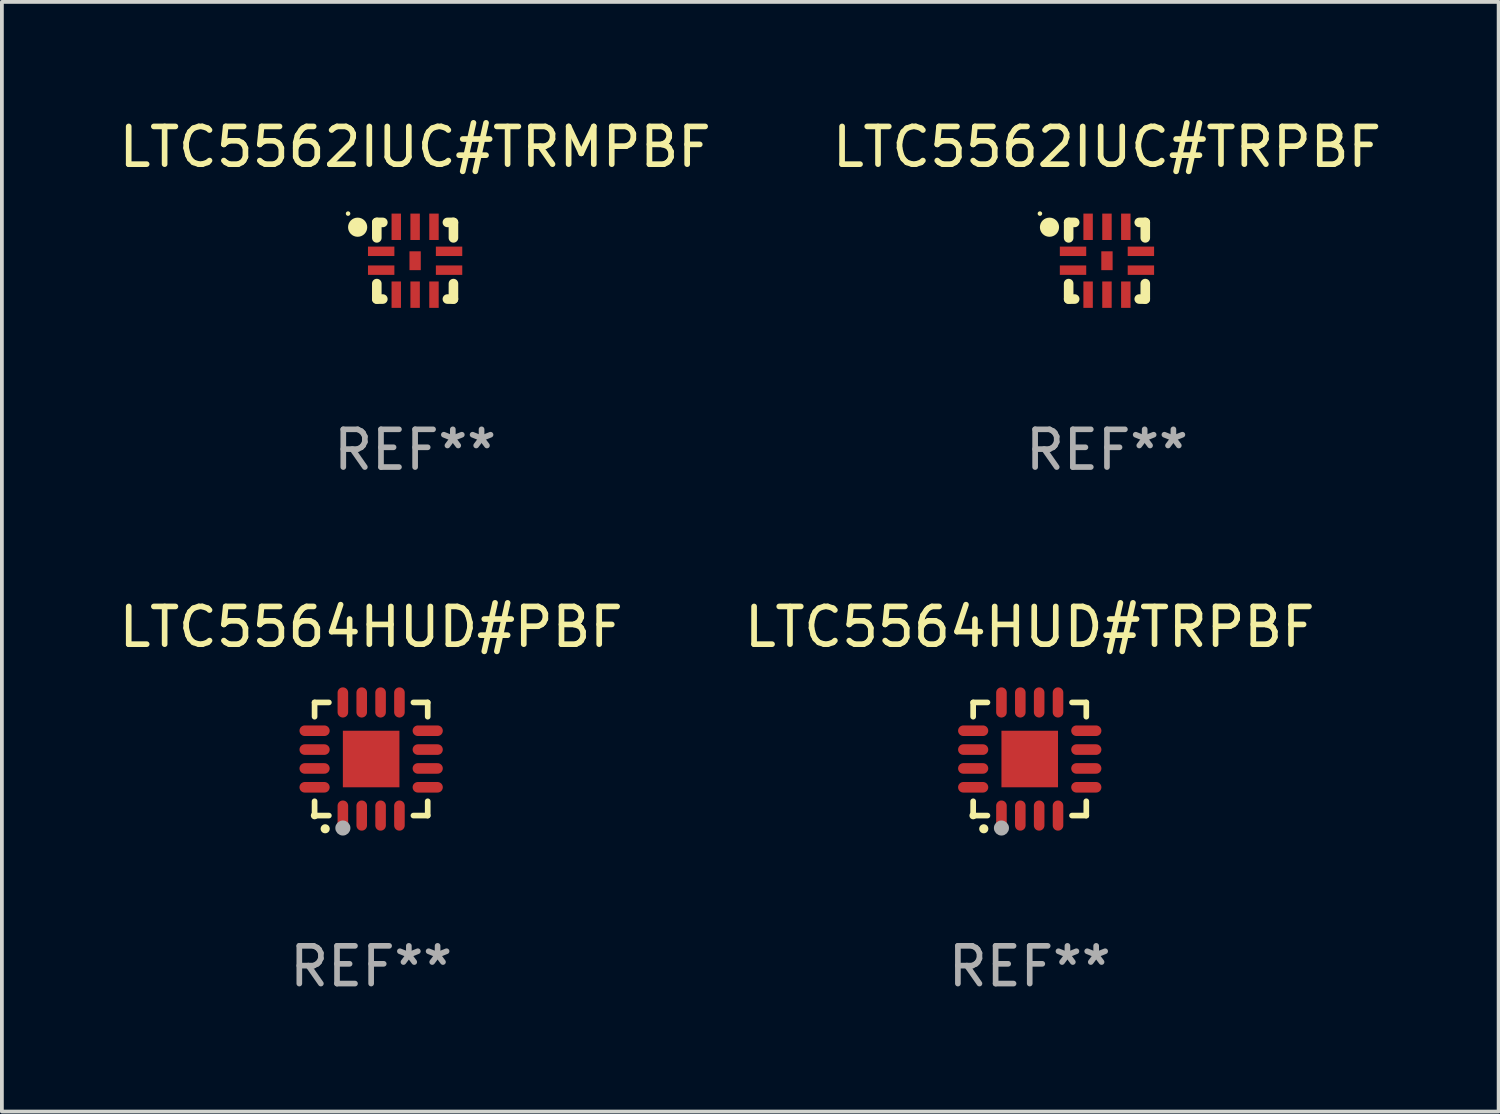
<source format=kicad_pcb>
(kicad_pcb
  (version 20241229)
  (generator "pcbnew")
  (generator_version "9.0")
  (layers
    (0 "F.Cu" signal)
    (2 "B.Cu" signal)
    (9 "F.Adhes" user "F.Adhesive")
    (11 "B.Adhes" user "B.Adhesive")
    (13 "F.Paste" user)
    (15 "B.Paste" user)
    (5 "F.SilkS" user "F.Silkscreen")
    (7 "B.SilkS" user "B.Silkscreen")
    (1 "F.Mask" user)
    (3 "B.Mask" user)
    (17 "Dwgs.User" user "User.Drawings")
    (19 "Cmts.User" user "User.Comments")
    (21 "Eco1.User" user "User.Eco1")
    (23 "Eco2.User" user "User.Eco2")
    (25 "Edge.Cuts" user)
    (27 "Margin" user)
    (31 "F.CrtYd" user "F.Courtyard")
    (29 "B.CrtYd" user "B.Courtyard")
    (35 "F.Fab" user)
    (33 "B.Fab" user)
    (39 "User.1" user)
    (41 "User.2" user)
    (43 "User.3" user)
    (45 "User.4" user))
  (footprint "LTC5562IUC#TRPBF"
    (layer "F.Cu")
    (at 26.304 3.864)
    (property "Reference" "LTC5562IUC#TRPBF" (at 0 -3.016 0) (layer "F.SilkS") (effects (font (size 1 1) (thickness 0.15))))
    (attr through_hole)
    (fp_line (start -1.016 -1.016) (end -1.016 -0.606) (stroke (width 0.254) (type solid)) (layer "F.SilkS"))
    (fp_line (start -1.016 0.606) (end -1.016 1.016) (stroke (width 0.254) (type solid)) (layer "F.SilkS"))
    (fp_line (start -1.016 1.016) (end -0.856 1.016) (stroke (width 0.254) (type solid)) (layer "F.SilkS"))
    (fp_line (start -0.856 -1.016) (end -1.016 -1.016) (stroke (width 0.254) (type solid)) (layer "F.SilkS"))
    (fp_line (start 0.856 1.016) (end 1.016 1.016) (stroke (width 0.254) (type solid)) (layer "F.SilkS"))
    (fp_line (start 1.016 -1.016) (end 0.856 -1.016) (stroke (width 0.254) (type solid)) (layer "F.SilkS"))
    (fp_line (start 1.016 -0.606) (end 1.016 -1.016) (stroke (width 0.254) (type solid)) (layer "F.SilkS"))
    (fp_line (start 1.016 1.016) (end 1.016 0.606) (stroke (width 0.254) (type solid)) (layer "F.SilkS"))
    (fp_circle (center -1.778 -1.25) (end -1.748 -1.25) (stroke (width 0.06) (type solid)) (fill no) (layer "F.SilkS"))
    (fp_circle (center -1.524 -0.889) (end -1.397 -0.889) (stroke (width 0.254) (type solid)) (fill no) (layer "F.SilkS"))
    (fp_text user "REF**" (at 0 5.016 0) (layer "F.Fab") (effects (font (size 1 1) (thickness 0.15))))
    (pad "1" smd rect (at -0.9 -0.25 90) (size 0.25 0.7) (layers "F.Cu" "F.Mask" "F.Paste"))
    (pad "2" smd rect (at -0.9 0.25 90) (size 0.25 0.7) (layers "F.Cu" "F.Mask" "F.Paste"))
    (pad "3" smd rect (at -0.5 0.9 180) (size 0.25 0.7) (layers "F.Cu" "F.Mask" "F.Paste"))
    (pad "4" smd rect (at 0 0.9 180) (size 0.25 0.7) (layers "F.Cu" "F.Mask" "F.Paste"))
    (pad "5" smd rect (at 0.5 0.9 180) (size 0.25 0.7) (layers "F.Cu" "F.Mask" "F.Paste"))
    (pad "6" smd rect (at 0.9 0.25 270) (size 0.25 0.7) (layers "F.Cu" "F.Mask" "F.Paste"))
    (pad "7" smd rect (at 0.9 -0.25 270) (size 0.25 0.7) (layers "F.Cu" "F.Mask" "F.Paste"))
    (pad "8" smd rect (at 0.5 -0.9) (size 0.25 0.7) (layers "F.Cu" "F.Mask" "F.Paste"))
    (pad "9" smd rect (at 0 -0.9) (size 0.25 0.7) (layers "F.Cu" "F.Mask" "F.Paste"))
    (pad "10" smd rect (at -0.5 -0.9) (size 0.25 0.7) (layers "F.Cu" "F.Mask" "F.Paste"))
    (pad "11" smd rect (at 0 0) (size 0.3 0.5) (layers "F.Cu" "F.Mask" "F.Paste")))
  (footprint "LTC5562IUC#TRMPBF"
    (layer "F.Cu")
    (at 7.958 3.864)
    (property "Reference" "LTC5562IUC#TRMPBF" (at 0 -3.016 0) (layer "F.SilkS") (effects (font (size 1 1) (thickness 0.15))))
    (attr through_hole)
    (fp_line (start -1.016 -1.016) (end -1.016 -0.606) (stroke (width 0.254) (type solid)) (layer "F.SilkS"))
    (fp_line (start -1.016 0.606) (end -1.016 1.016) (stroke (width 0.254) (type solid)) (layer "F.SilkS"))
    (fp_line (start -1.016 1.016) (end -0.856 1.016) (stroke (width 0.254) (type solid)) (layer "F.SilkS"))
    (fp_line (start -0.856 -1.016) (end -1.016 -1.016) (stroke (width 0.254) (type solid)) (layer "F.SilkS"))
    (fp_line (start 0.856 1.016) (end 1.016 1.016) (stroke (width 0.254) (type solid)) (layer "F.SilkS"))
    (fp_line (start 1.016 -1.016) (end 0.856 -1.016) (stroke (width 0.254) (type solid)) (layer "F.SilkS"))
    (fp_line (start 1.016 -0.606) (end 1.016 -1.016) (stroke (width 0.254) (type solid)) (layer "F.SilkS"))
    (fp_line (start 1.016 1.016) (end 1.016 0.606) (stroke (width 0.254) (type solid)) (layer "F.SilkS"))
    (fp_circle (center -1.778 -1.25) (end -1.748 -1.25) (stroke (width 0.06) (type solid)) (fill no) (layer "F.SilkS"))
    (fp_circle (center -1.524 -0.889) (end -1.397 -0.889) (stroke (width 0.254) (type solid)) (fill no) (layer "F.SilkS"))
    (fp_text user "REF**" (at 0 5.016 0) (layer "F.Fab") (effects (font (size 1 1) (thickness 0.15))))
    (pad "1" smd rect (at -0.9 -0.25 90) (size 0.25 0.7) (layers "F.Cu" "F.Mask" "F.Paste"))
    (pad "2" smd rect (at -0.9 0.25 90) (size 0.25 0.7) (layers "F.Cu" "F.Mask" "F.Paste"))
    (pad "3" smd rect (at -0.5 0.9 180) (size 0.25 0.7) (layers "F.Cu" "F.Mask" "F.Paste"))
    (pad "4" smd rect (at 0 0.9 180) (size 0.25 0.7) (layers "F.Cu" "F.Mask" "F.Paste"))
    (pad "5" smd rect (at 0.5 0.9 180) (size 0.25 0.7) (layers "F.Cu" "F.Mask" "F.Paste"))
    (pad "6" smd rect (at 0.9 0.25 270) (size 0.25 0.7) (layers "F.Cu" "F.Mask" "F.Paste"))
    (pad "7" smd rect (at 0.9 -0.25 270) (size 0.25 0.7) (layers "F.Cu" "F.Mask" "F.Paste"))
    (pad "8" smd rect (at 0.5 -0.9) (size 0.25 0.7) (layers "F.Cu" "F.Mask" "F.Paste"))
    (pad "9" smd rect (at 0 -0.9) (size 0.25 0.7) (layers "F.Cu" "F.Mask" "F.Paste"))
    (pad "10" smd rect (at -0.5 -0.9) (size 0.25 0.7) (layers "F.Cu" "F.Mask" "F.Paste"))
    (pad "11" smd rect (at 0 0) (size 0.3 0.5) (layers "F.Cu" "F.Mask" "F.Paste")))
  (footprint "LTC5564HUD#PBF"
    (layer "F.Cu")
    (at 6.792 17.077)
    (property "Reference" "LTC5564HUD#PBF" (at 0 -3.5 0) (layer "F.SilkS") (effects (font (size 1 1) (thickness 0.15))))
    (attr through_hole)
    (fp_line (start -1.5 -1.5) (end -1.121 -1.5) (stroke (width 0.15) (type solid)) (layer "F.SilkS"))
    (fp_line (start -1.5 -1.122) (end -1.5 -1.5) (stroke (width 0.15) (type solid)) (layer "F.SilkS"))
    (fp_line (start -1.5 1.5) (end -1.5 1.121) (stroke (width 0.15) (type solid)) (layer "F.SilkS"))
    (fp_line (start -1.121 1.5) (end -1.5 1.5) (stroke (width 0.15) (type solid)) (layer "F.SilkS"))
    (fp_line (start 1.121 -1.5) (end 1.5 -1.5) (stroke (width 0.15) (type solid)) (layer "F.SilkS"))
    (fp_line (start 1.5 -1.5) (end 1.5 -1.122) (stroke (width 0.15) (type solid)) (layer "F.SilkS"))
    (fp_line (start 1.5 1.121) (end 1.5 1.5) (stroke (width 0.15) (type solid)) (layer "F.SilkS"))
    (fp_line (start 1.5 1.5) (end 1.121 1.5) (stroke (width 0.15) (type solid)) (layer "F.SilkS"))
    (fp_arc (start -1.219926 1.850254) (mid -1.21891 1.85025) (end -1.217894 1.850254) (stroke (width 0.240005) (type solid)) (layer "F.SilkS"))
    (fp_circle (center -1.5 1.5) (end -1.45 1.5) (stroke (width 0.1) (type solid)) (fill no) (layer "F.SilkS"))
    (fp_circle (center -0.75 1.83) (end -0.65 1.83) (stroke (width 0.2) (type solid)) (fill no) (layer "F.Fab"))
    (fp_text user "REF**" (at 0 5.5 0) (layer "F.Fab") (effects (font (size 1 1) (thickness 0.15))))
    (pad "1" smd oval (at -0.75 1.5) (size 0.28 0.8) (layers "F.Cu" "F.Mask" "F.Paste"))
    (pad "2" smd oval (at -0.25 1.5) (size 0.28 0.8) (layers "F.Cu" "F.Mask" "F.Paste"))
    (pad "3" smd oval (at 0.25 1.5) (size 0.28 0.8) (layers "F.Cu" "F.Mask" "F.Paste"))
    (pad "4" smd oval (at 0.75 1.5) (size 0.28 0.8) (layers "F.Cu" "F.Mask" "F.Paste"))
    (pad "5" smd oval (at 1.5 0.75) (size 0.8 0.28) (layers "F.Cu" "F.Mask" "F.Paste"))
    (pad "6" smd oval (at 1.5 0.25) (size 0.8 0.28) (layers "F.Cu" "F.Mask" "F.Paste"))
    (pad "7" smd oval (at 1.5 -0.25) (size 0.8 0.28) (layers "F.Cu" "F.Mask" "F.Paste"))
    (pad "8" smd oval (at 1.5 -0.75) (size 0.8 0.28) (layers "F.Cu" "F.Mask" "F.Paste"))
    (pad "9" smd oval (at 0.75 -1.5) (size 0.28 0.8) (layers "F.Cu" "F.Mask" "F.Paste"))
    (pad "10" smd oval (at 0.25 -1.5) (size 0.28 0.8) (layers "F.Cu" "F.Mask" "F.Paste"))
    (pad "11" smd oval (at -0.25 -1.5) (size 0.28 0.8) (layers "F.Cu" "F.Mask" "F.Paste"))
    (pad "12" smd oval (at -0.75 -1.5) (size 0.28 0.8) (layers "F.Cu" "F.Mask" "F.Paste"))
    (pad "13" smd oval (at -1.5 -0.75) (size 0.8 0.28) (layers "F.Cu" "F.Mask" "F.Paste"))
    (pad "14" smd oval (at -1.5 -0.25) (size 0.8 0.28) (layers "F.Cu" "F.Mask" "F.Paste"))
    (pad "15" smd oval (at -1.5 0.25) (size 0.8 0.28) (layers "F.Cu" "F.Mask" "F.Paste"))
    (pad "16" smd oval (at -1.5 0.75) (size 0.8 0.28) (layers "F.Cu" "F.Mask" "F.Paste"))
    (pad "17" smd rect (at -0.000064 0.000165) (size 1.5 1.5) (layers "F.Cu" "F.Mask" "F.Paste")))
  (footprint "LTC5564HUD#TRPBF"
    (layer "F.Cu")
    (at 24.256 17.077)
    (property "Reference" "LTC5564HUD#TRPBF" (at 0 -3.5 0) (layer "F.SilkS") (effects (font (size 1 1) (thickness 0.15))))
    (attr through_hole)
    (fp_line (start -1.5 -1.5) (end -1.121 -1.5) (stroke (width 0.15) (type solid)) (layer "F.SilkS"))
    (fp_line (start -1.5 -1.122) (end -1.5 -1.5) (stroke (width 0.15) (type solid)) (layer "F.SilkS"))
    (fp_line (start -1.5 1.5) (end -1.5 1.121) (stroke (width 0.15) (type solid)) (layer "F.SilkS"))
    (fp_line (start -1.121 1.5) (end -1.5 1.5) (stroke (width 0.15) (type solid)) (layer "F.SilkS"))
    (fp_line (start 1.121 -1.5) (end 1.5 -1.5) (stroke (width 0.15) (type solid)) (layer "F.SilkS"))
    (fp_line (start 1.5 -1.5) (end 1.5 -1.122) (stroke (width 0.15) (type solid)) (layer "F.SilkS"))
    (fp_line (start 1.5 1.121) (end 1.5 1.5) (stroke (width 0.15) (type solid)) (layer "F.SilkS"))
    (fp_line (start 1.5 1.5) (end 1.121 1.5) (stroke (width 0.15) (type solid)) (layer "F.SilkS"))
    (fp_arc (start -1.219926 1.850254) (mid -1.21891 1.85025) (end -1.217894 1.850254) (stroke (width 0.240005) (type solid)) (layer "F.SilkS"))
    (fp_circle (center -1.5 1.5) (end -1.45 1.5) (stroke (width 0.1) (type solid)) (fill no) (layer "F.SilkS"))
    (fp_circle (center -0.75 1.83) (end -0.65 1.83) (stroke (width 0.2) (type solid)) (fill no) (layer "F.Fab"))
    (fp_text user "REF**" (at 0 5.5 0) (layer "F.Fab") (effects (font (size 1 1) (thickness 0.15))))
    (pad "1" smd oval (at -0.75 1.5) (size 0.28 0.8) (layers "F.Cu" "F.Mask" "F.Paste"))
    (pad "2" smd oval (at -0.25 1.5) (size 0.28 0.8) (layers "F.Cu" "F.Mask" "F.Paste"))
    (pad "3" smd oval (at 0.25 1.5) (size 0.28 0.8) (layers "F.Cu" "F.Mask" "F.Paste"))
    (pad "4" smd oval (at 0.75 1.5) (size 0.28 0.8) (layers "F.Cu" "F.Mask" "F.Paste"))
    (pad "5" smd oval (at 1.5 0.75) (size 0.8 0.28) (layers "F.Cu" "F.Mask" "F.Paste"))
    (pad "6" smd oval (at 1.5 0.25) (size 0.8 0.28) (layers "F.Cu" "F.Mask" "F.Paste"))
    (pad "7" smd oval (at 1.5 -0.25) (size 0.8 0.28) (layers "F.Cu" "F.Mask" "F.Paste"))
    (pad "8" smd oval (at 1.5 -0.75) (size 0.8 0.28) (layers "F.Cu" "F.Mask" "F.Paste"))
    (pad "9" smd oval (at 0.75 -1.5) (size 0.28 0.8) (layers "F.Cu" "F.Mask" "F.Paste"))
    (pad "10" smd oval (at 0.25 -1.5) (size 0.28 0.8) (layers "F.Cu" "F.Mask" "F.Paste"))
    (pad "11" smd oval (at -0.25 -1.5) (size 0.28 0.8) (layers "F.Cu" "F.Mask" "F.Paste"))
    (pad "12" smd oval (at -0.75 -1.5) (size 0.28 0.8) (layers "F.Cu" "F.Mask" "F.Paste"))
    (pad "13" smd oval (at -1.5 -0.75) (size 0.8 0.28) (layers "F.Cu" "F.Mask" "F.Paste"))
    (pad "14" smd oval (at -1.5 -0.25) (size 0.8 0.28) (layers "F.Cu" "F.Mask" "F.Paste"))
    (pad "15" smd oval (at -1.5 0.25) (size 0.8 0.28) (layers "F.Cu" "F.Mask" "F.Paste"))
    (pad "16" smd oval (at -1.5 0.75) (size 0.8 0.28) (layers "F.Cu" "F.Mask" "F.Paste"))
    (pad "17" smd rect (at -0.000064 0.000165) (size 1.5 1.5) (layers "F.Cu" "F.Mask" "F.Paste")))
  (gr_rect
    (start -3 -3)
    (end 36.69 26.426)
    (stroke (width 0.1) (type default))
    (fill no)
    (layer "Edge.Cuts")))
</source>
